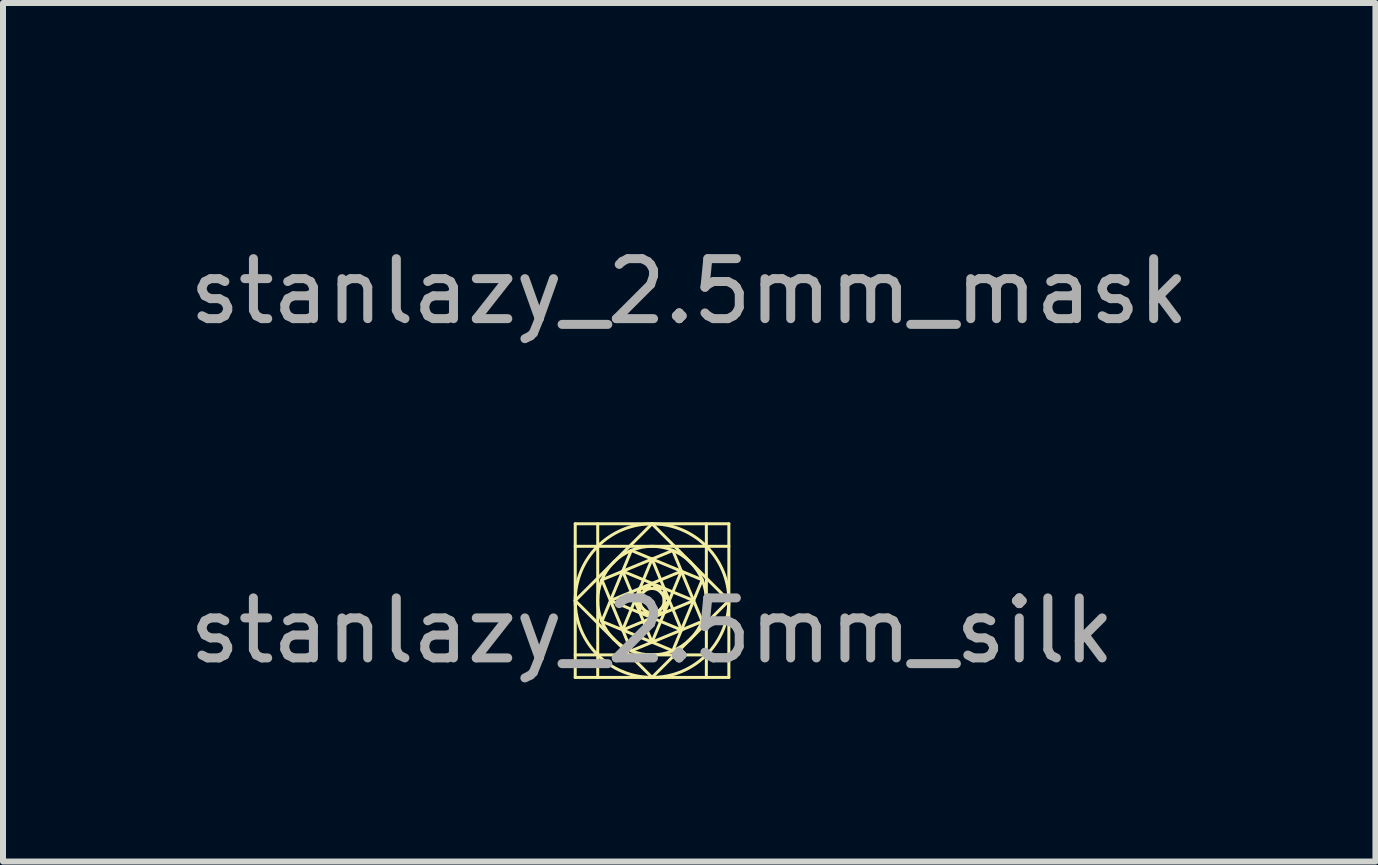
<source format=kicad_pcb>
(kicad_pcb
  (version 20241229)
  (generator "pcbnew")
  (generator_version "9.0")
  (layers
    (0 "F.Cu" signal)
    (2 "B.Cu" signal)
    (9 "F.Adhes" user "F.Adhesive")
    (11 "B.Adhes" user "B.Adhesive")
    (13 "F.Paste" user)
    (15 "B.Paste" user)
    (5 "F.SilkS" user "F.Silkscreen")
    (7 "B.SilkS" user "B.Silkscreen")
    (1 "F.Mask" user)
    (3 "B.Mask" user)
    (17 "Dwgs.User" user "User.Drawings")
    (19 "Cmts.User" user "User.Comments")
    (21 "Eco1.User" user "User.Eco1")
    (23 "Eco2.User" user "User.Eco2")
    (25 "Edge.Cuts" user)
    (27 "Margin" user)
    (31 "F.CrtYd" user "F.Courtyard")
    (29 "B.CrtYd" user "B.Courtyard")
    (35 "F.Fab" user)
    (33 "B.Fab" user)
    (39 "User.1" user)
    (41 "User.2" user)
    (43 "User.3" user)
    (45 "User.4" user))
  (footprint "stanlazy_2.5mm_mask"
    (layer "F.Cu")
    (at 8.435 1.305)
    (property "Reference" "stanlazy_2.5mm_mask" (at 0 0.5 0) (layer "F.Fab") (effects (font (size 1 1) (thickness 0.15))))
    (attr board_only exclude_from_pos_files exclude_from_bom)
    (fp_line (start -1.28 0) (end 0 -1.28) (stroke (width 0.05) (type solid)) (layer "F.Mask"))
    (fp_line (start -1.28 -1.28) (end 1.28 -1.28) (stroke (width 0.05) (type solid)) (layer "F.Mask"))
    (fp_line (start -1.28 -0.905) (end -0.905 -0.905) (stroke (width 0.05) (type solid)) (layer "F.Mask"))
    (fp_line (start -1.28 0.905) (end -0.905 0.905) (stroke (width 0.05) (type solid)) (layer "F.Mask"))
    (fp_line (start -1.28 1.28) (end -1.28 -1.28) (stroke (width 0.05) (type solid)) (layer "F.Mask"))
    (fp_line (start -0.905 -1.28) (end -0.905 -0.905) (stroke (width 0.05) (type solid)) (layer "F.Mask"))
    (fp_line (start -0.905 -0.905) (end 0.905 -0.905) (stroke (width 0.05) (type solid)) (layer "F.Mask"))
    (fp_line (start -0.905 0.905) (end -0.905 -0.905) (stroke (width 0.05) (type solid)) (layer "F.Mask"))
    (fp_line (start -0.905 1.28) (end -0.905 0.905) (stroke (width 0.05) (type solid)) (layer "F.Mask"))
    (fp_line (start -0.836 -0.346) (end 0.346 -0.836) (stroke (width 0.05) (type solid)) (layer "F.Mask"))
    (fp_line (start -0.836 0.346) (end -0.346 -0.836) (stroke (width 0.05) (type solid)) (layer "F.Mask"))
    (fp_line (start -0.693 0) (end 0.49 -0.49) (stroke (width 0.05) (type solid)) (layer "F.Mask"))
    (fp_line (start -0.49 -0.49) (end 0 0.693) (stroke (width 0.05) (type solid)) (layer "F.Mask"))
    (fp_line (start -0.49 -0.49) (end 0.693 0) (stroke (width 0.05) (type solid)) (layer "F.Mask"))
    (fp_line (start -0.49 0.49) (end 0 -0.693) (stroke (width 0.05) (type solid)) (layer "F.Mask"))
    (fp_line (start -0.346 -0.836) (end 0.836 -0.346) (stroke (width 0.05) (type solid)) (layer "F.Mask"))
    (fp_line (start -0.346 0.836) (end -0.836 -0.346) (stroke (width 0.05) (type solid)) (layer "F.Mask"))
    (fp_line (start -0.287 0) (end -0.000001 -0.287) (stroke (width 0.05) (type solid)) (layer "F.Mask"))
    (fp_line (start -0.203 -0.203) (end 0.203 -0.203) (stroke (width 0.05) (type solid)) (layer "F.Mask"))
    (fp_line (start -0.203 0.203) (end -0.203 -0.203) (stroke (width 0.05) (type solid)) (layer "F.Mask"))
    (fp_line (start -0.000001 -0.287) (end 0.287 0.000001) (stroke (width 0.05) (type solid)) (layer "F.Mask"))
    (fp_line (start -0.000001 0.287) (end -0.287 0) (stroke (width 0.05) (type solid)) (layer "F.Mask"))
    (fp_line (start -0.000001 1.28) (end -1.28 0) (stroke (width 0.05) (type solid)) (layer "F.Mask"))
    (fp_line (start 0 -1.28) (end 1.28 0) (stroke (width 0.05) (type solid)) (layer "F.Mask"))
    (fp_line (start 0 -0.693) (end 0.49 0.49) (stroke (width 0.05) (type solid)) (layer "F.Mask"))
    (fp_line (start 0.203 -0.203) (end 0.203 0.203) (stroke (width 0.05) (type solid)) (layer "F.Mask"))
    (fp_line (start 0.203 0.203) (end -0.203 0.203) (stroke (width 0.05) (type solid)) (layer "F.Mask"))
    (fp_line (start 0.287 0.000001) (end -0.000001 0.287) (stroke (width 0.05) (type solid)) (layer "F.Mask"))
    (fp_line (start 0.346 -0.836) (end 0.836 0.346) (stroke (width 0.05) (type solid)) (layer "F.Mask"))
    (fp_line (start 0.346 0.836) (end -0.836 0.346) (stroke (width 0.05) (type solid)) (layer "F.Mask"))
    (fp_line (start 0.49 -0.49) (end 0 0.693) (stroke (width 0.05) (type solid)) (layer "F.Mask"))
    (fp_line (start 0.49 0.49) (end -0.693 0) (stroke (width 0.05) (type solid)) (layer "F.Mask"))
    (fp_line (start 0.693 0) (end -0.49 0.49) (stroke (width 0.05) (type solid)) (layer "F.Mask"))
    (fp_line (start 0.836 -0.346) (end 0.346 0.836) (stroke (width 0.05) (type solid)) (layer "F.Mask"))
    (fp_line (start 0.836 0.346) (end -0.346 0.836) (stroke (width 0.05) (type solid)) (layer "F.Mask"))
    (fp_line (start 0.905 -0.905) (end 0.905 -1.28) (stroke (width 0.05) (type solid)) (layer "F.Mask"))
    (fp_line (start 0.905 -0.905) (end 0.905 0.905) (stroke (width 0.05) (type solid)) (layer "F.Mask"))
    (fp_line (start 0.905 0.905) (end -0.905 0.905) (stroke (width 0.05) (type solid)) (layer "F.Mask"))
    (fp_line (start 0.905 1.28) (end 0.905 0.905) (stroke (width 0.05) (type solid)) (layer "F.Mask"))
    (fp_line (start 1.28 -1.28) (end 1.28 1.28) (stroke (width 0.05) (type solid)) (layer "F.Mask"))
    (fp_line (start 1.28 -0.905) (end 0.905 -0.905) (stroke (width 0.05) (type solid)) (layer "F.Mask"))
    (fp_line (start 1.28 0) (end -0.000001 1.28) (stroke (width 0.05) (type solid)) (layer "F.Mask"))
    (fp_line (start 1.28 0.905) (end 0.905 0.905) (stroke (width 0.05) (type solid)) (layer "F.Mask"))
    (fp_line (start 1.28 1.28) (end -1.28 1.28) (stroke (width 0.05) (type solid)) (layer "F.Mask"))
    (fp_curve (pts (xy -1.28 0) (xy -1.28 -0.707) (xy -0.707 -1.28) (xy 0 -1.28)) (stroke (width 0.05) (type solid)) (layer "F.Mask"))
    (fp_curve (pts (xy -0.64 -0.64) (xy -0.287 -0.993) (xy 0.287 -0.993) (xy 0.64 -0.64)) (stroke (width 0.05) (type solid)) (layer "F.Mask"))
    (fp_curve (pts (xy -0.64 0.64) (xy -0.993 0.287) (xy -0.993 -0.287) (xy -0.64 -0.64)) (stroke (width 0.05) (type solid)) (layer "F.Mask"))
    (fp_curve (pts (xy -0.203 0.000001) (xy -0.203 -0.112) (xy -0.112 -0.203) (xy -0.000001 -0.203)) (stroke (width 0.05) (type solid)) (layer "F.Mask"))
    (fp_curve (pts (xy -0.000001 -0.203) (xy 0.112 -0.203) (xy 0.203 -0.112) (xy 0.203 0.000001)) (stroke (width 0.05) (type solid)) (layer "F.Mask"))
    (fp_curve (pts (xy -0.000001 0.203) (xy -0.112 0.203) (xy -0.203 0.112) (xy -0.203 0.000001)) (stroke (width 0.05) (type solid)) (layer "F.Mask"))
    (fp_curve (pts (xy 0 -1.28) (xy 0.707 -1.28) (xy 1.28 -0.707) (xy 1.28 0)) (stroke (width 0.05) (type solid)) (layer "F.Mask"))
    (fp_curve (pts (xy 0 1.28) (xy -0.707 1.28) (xy -1.28 0.707) (xy -1.28 0)) (stroke (width 0.05) (type solid)) (layer "F.Mask"))
    (fp_curve (pts (xy 0.203 0.000001) (xy 0.203 0.112) (xy 0.112 0.203) (xy -0.000001 0.203)) (stroke (width 0.05) (type solid)) (layer "F.Mask"))
    (fp_curve (pts (xy 0.64 -0.64) (xy 0.993 -0.287) (xy 0.993 0.287) (xy 0.64 0.64)) (stroke (width 0.05) (type solid)) (layer "F.Mask"))
    (fp_curve (pts (xy 0.64 0.64) (xy 0.287 0.993) (xy -0.287 0.993) (xy -0.64 0.64)) (stroke (width 0.05) (type solid)) (layer "F.Mask"))
    (fp_curve (pts (xy 1.28 0) (xy 1.28 0.707) (xy 0.707 1.28) (xy 0 1.28)) (stroke (width 0.05) (type solid)) (layer "F.Mask")))
  (footprint "stanlazy_2.5mm_silk"
    (layer "F.Cu")
    (at 7.815 6.958)
    (property "Reference" "stanlazy_2.5mm_silk" (at 0 0.5 0) (layer "F.Fab") (effects (font (size 1 1) (thickness 0.15))))
    (attr board_only exclude_from_pos_files exclude_from_bom)
    (fp_line (start -1.28 0) (end 0 -1.28) (stroke (width 0.05) (type solid)) (layer "F.SilkS"))
    (fp_line (start -1.28 -1.28) (end 1.28 -1.28) (stroke (width 0.05) (type solid)) (layer "F.SilkS"))
    (fp_line (start -1.28 -0.905) (end -0.905 -0.905) (stroke (width 0.05) (type solid)) (layer "F.SilkS"))
    (fp_line (start -1.28 0.905) (end -0.905 0.905) (stroke (width 0.05) (type solid)) (layer "F.SilkS"))
    (fp_line (start -1.28 1.28) (end -1.28 -1.28) (stroke (width 0.05) (type solid)) (layer "F.SilkS"))
    (fp_line (start -0.905 -1.28) (end -0.905 -0.905) (stroke (width 0.05) (type solid)) (layer "F.SilkS"))
    (fp_line (start -0.905 -0.905) (end 0.905 -0.905) (stroke (width 0.05) (type solid)) (layer "F.SilkS"))
    (fp_line (start -0.905 0.905) (end -0.905 -0.905) (stroke (width 0.05) (type solid)) (layer "F.SilkS"))
    (fp_line (start -0.905 1.28) (end -0.905 0.905) (stroke (width 0.05) (type solid)) (layer "F.SilkS"))
    (fp_line (start -0.836 -0.346) (end 0.346 -0.836) (stroke (width 0.05) (type solid)) (layer "F.SilkS"))
    (fp_line (start -0.836 0.346) (end -0.346 -0.836) (stroke (width 0.05) (type solid)) (layer "F.SilkS"))
    (fp_line (start -0.693 0) (end 0.49 -0.49) (stroke (width 0.05) (type solid)) (layer "F.SilkS"))
    (fp_line (start -0.49 -0.49) (end 0 0.693) (stroke (width 0.05) (type solid)) (layer "F.SilkS"))
    (fp_line (start -0.49 -0.49) (end 0.693 0) (stroke (width 0.05) (type solid)) (layer "F.SilkS"))
    (fp_line (start -0.49 0.49) (end 0 -0.693) (stroke (width 0.05) (type solid)) (layer "F.SilkS"))
    (fp_line (start -0.346 -0.836) (end 0.836 -0.346) (stroke (width 0.05) (type solid)) (layer "F.SilkS"))
    (fp_line (start -0.346 0.836) (end -0.836 -0.346) (stroke (width 0.05) (type solid)) (layer "F.SilkS"))
    (fp_line (start -0.287 0) (end -0.000001 -0.287) (stroke (width 0.05) (type solid)) (layer "F.SilkS"))
    (fp_line (start -0.203 -0.203) (end 0.203 -0.203) (stroke (width 0.05) (type solid)) (layer "F.SilkS"))
    (fp_line (start -0.203 0.203) (end -0.203 -0.203) (stroke (width 0.05) (type solid)) (layer "F.SilkS"))
    (fp_line (start -0.000001 -0.287) (end 0.287 0.000001) (stroke (width 0.05) (type solid)) (layer "F.SilkS"))
    (fp_line (start -0.000001 0.287) (end -0.287 0) (stroke (width 0.05) (type solid)) (layer "F.SilkS"))
    (fp_line (start -0.000001 1.28) (end -1.28 0) (stroke (width 0.05) (type solid)) (layer "F.SilkS"))
    (fp_line (start 0 -1.28) (end 1.28 0) (stroke (width 0.05) (type solid)) (layer "F.SilkS"))
    (fp_line (start 0 -0.693) (end 0.49 0.49) (stroke (width 0.05) (type solid)) (layer "F.SilkS"))
    (fp_line (start 0.203 -0.203) (end 0.203 0.203) (stroke (width 0.05) (type solid)) (layer "F.SilkS"))
    (fp_line (start 0.203 0.203) (end -0.203 0.203) (stroke (width 0.05) (type solid)) (layer "F.SilkS"))
    (fp_line (start 0.287 0.000001) (end -0.000001 0.287) (stroke (width 0.05) (type solid)) (layer "F.SilkS"))
    (fp_line (start 0.346 -0.836) (end 0.836 0.346) (stroke (width 0.05) (type solid)) (layer "F.SilkS"))
    (fp_line (start 0.346 0.836) (end -0.836 0.346) (stroke (width 0.05) (type solid)) (layer "F.SilkS"))
    (fp_line (start 0.49 -0.49) (end 0 0.693) (stroke (width 0.05) (type solid)) (layer "F.SilkS"))
    (fp_line (start 0.49 0.49) (end -0.693 0) (stroke (width 0.05) (type solid)) (layer "F.SilkS"))
    (fp_line (start 0.693 0) (end -0.49 0.49) (stroke (width 0.05) (type solid)) (layer "F.SilkS"))
    (fp_line (start 0.836 -0.346) (end 0.346 0.836) (stroke (width 0.05) (type solid)) (layer "F.SilkS"))
    (fp_line (start 0.836 0.346) (end -0.346 0.836) (stroke (width 0.05) (type solid)) (layer "F.SilkS"))
    (fp_line (start 0.905 -0.905) (end 0.905 -1.28) (stroke (width 0.05) (type solid)) (layer "F.SilkS"))
    (fp_line (start 0.905 -0.905) (end 0.905 0.905) (stroke (width 0.05) (type solid)) (layer "F.SilkS"))
    (fp_line (start 0.905 0.905) (end -0.905 0.905) (stroke (width 0.05) (type solid)) (layer "F.SilkS"))
    (fp_line (start 0.905 1.28) (end 0.905 0.905) (stroke (width 0.05) (type solid)) (layer "F.SilkS"))
    (fp_line (start 1.28 -1.28) (end 1.28 1.28) (stroke (width 0.05) (type solid)) (layer "F.SilkS"))
    (fp_line (start 1.28 -0.905) (end 0.905 -0.905) (stroke (width 0.05) (type solid)) (layer "F.SilkS"))
    (fp_line (start 1.28 0) (end -0.000001 1.28) (stroke (width 0.05) (type solid)) (layer "F.SilkS"))
    (fp_line (start 1.28 0.905) (end 0.905 0.905) (stroke (width 0.05) (type solid)) (layer "F.SilkS"))
    (fp_line (start 1.28 1.28) (end -1.28 1.28) (stroke (width 0.05) (type solid)) (layer "F.SilkS"))
    (fp_curve (pts (xy -1.28 0) (xy -1.28 -0.707) (xy -0.707 -1.28) (xy 0 -1.28)) (stroke (width 0.05) (type solid)) (layer "F.SilkS"))
    (fp_curve (pts (xy -0.64 -0.64) (xy -0.287 -0.993) (xy 0.287 -0.993) (xy 0.64 -0.64)) (stroke (width 0.05) (type solid)) (layer "F.SilkS"))
    (fp_curve (pts (xy -0.64 0.64) (xy -0.993 0.287) (xy -0.993 -0.287) (xy -0.64 -0.64)) (stroke (width 0.05) (type solid)) (layer "F.SilkS"))
    (fp_curve (pts (xy -0.203 0.000001) (xy -0.203 -0.112) (xy -0.112 -0.203) (xy -0.000001 -0.203)) (stroke (width 0.05) (type solid)) (layer "F.SilkS"))
    (fp_curve (pts (xy -0.000001 -0.203) (xy 0.112 -0.203) (xy 0.203 -0.112) (xy 0.203 0.000001)) (stroke (width 0.05) (type solid)) (layer "F.SilkS"))
    (fp_curve (pts (xy -0.000001 0.203) (xy -0.112 0.203) (xy -0.203 0.112) (xy -0.203 0.000001)) (stroke (width 0.05) (type solid)) (layer "F.SilkS"))
    (fp_curve (pts (xy 0 -1.28) (xy 0.707 -1.28) (xy 1.28 -0.707) (xy 1.28 0)) (stroke (width 0.05) (type solid)) (layer "F.SilkS"))
    (fp_curve (pts (xy 0 1.28) (xy -0.707 1.28) (xy -1.28 0.707) (xy -1.28 0)) (stroke (width 0.05) (type solid)) (layer "F.SilkS"))
    (fp_curve (pts (xy 0.203 0.000001) (xy 0.203 0.112) (xy 0.112 0.203) (xy -0.000001 0.203)) (stroke (width 0.05) (type solid)) (layer "F.SilkS"))
    (fp_curve (pts (xy 0.64 -0.64) (xy 0.993 -0.287) (xy 0.993 0.287) (xy 0.64 0.64)) (stroke (width 0.05) (type solid)) (layer "F.SilkS"))
    (fp_curve (pts (xy 0.64 0.64) (xy 0.287 0.993) (xy -0.287 0.993) (xy -0.64 0.64)) (stroke (width 0.05) (type solid)) (layer "F.SilkS"))
    (fp_curve (pts (xy 1.28 0) (xy 1.28 0.707) (xy 0.707 1.28) (xy 0 1.28)) (stroke (width 0.05) (type solid)) (layer "F.SilkS")))
  (gr_rect
    (start -3 -3)
    (end 19.869 11.306)
    (stroke (width 0.1) (type default))
    (fill no)
    (layer "Edge.Cuts")))
</source>
